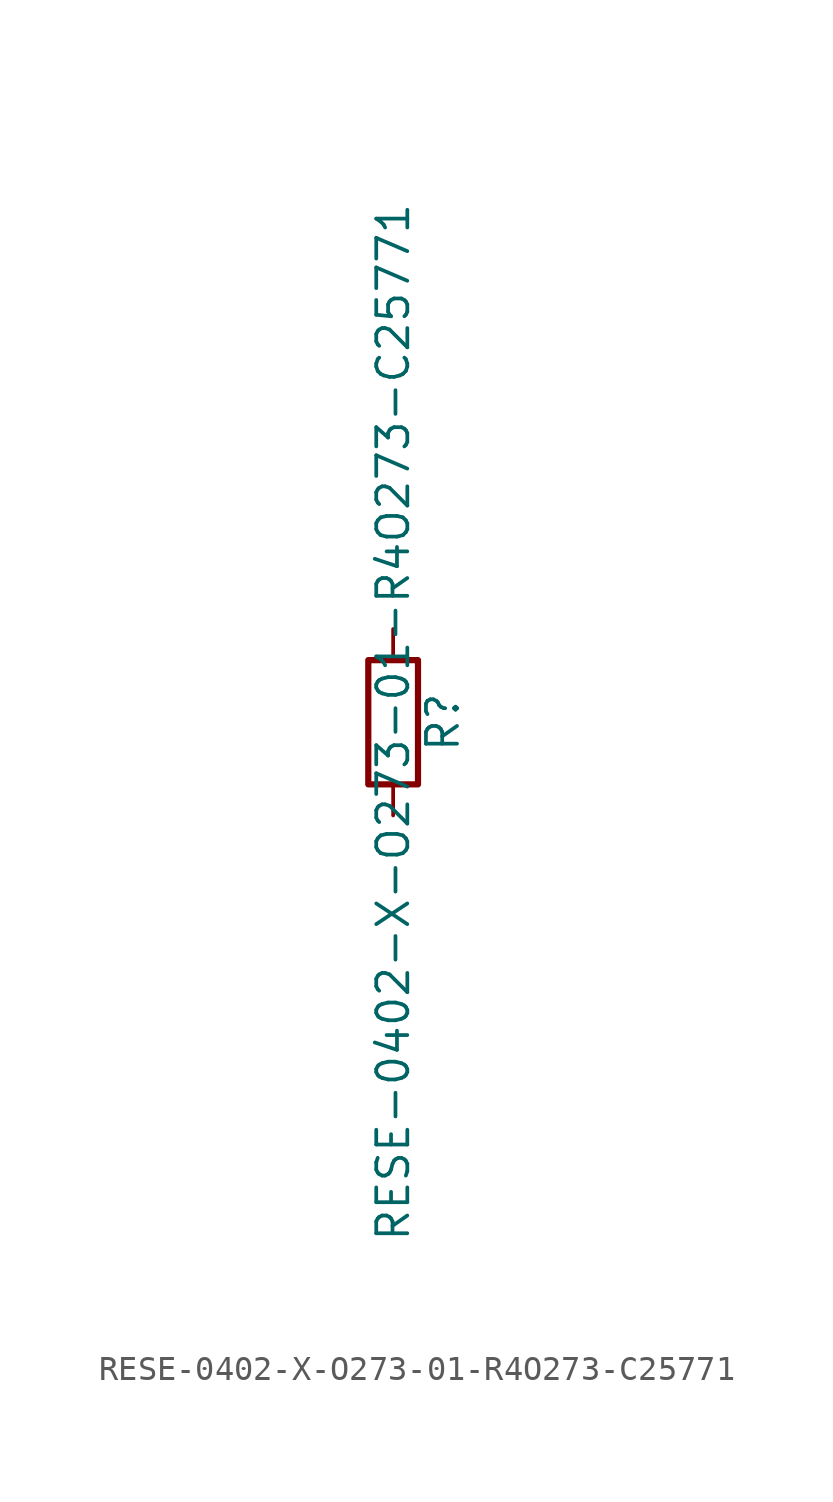
<source format=kicad_sym>
(kicad_symbol_lib
  (version 20211014)
  (generator kicad_symbol_editor)
  (symbol "RESE-0402-X-O273-01-R4O273-C25771"
    (pin_numbers hide)
    (pin_names
      (offset 0))
    (property "Reference" "R"
      (at 2.032 0 90)
      (effects (font (size 1.27 1.27))))
    (property "Value" "RESE-0402-X-O273-01-R4O273-C25771"
      (at 0 0 90)
      (effects (font (size 1.27 1.27))))
    (symbol "RESE-0402-X-O273-01-R4O273-C25771_0_1"
      (rectangle (start -1.016 -2.54) (end 1.016 2.54) (stroke (width 0.254) (type default) (color 0 0 0 0)) (fill (type none))))
    (symbol "RESE-0402-X-O273-01-R4O273-C25771_1_1"
      (pin passive line (at 0 3.81 270) (length 1.27) (name "~" (effects (font (size 1.27 1.27)))) (number "1" (effects (font (size 1.27 1.27)))))
      (pin passive line (at 0 -3.81 90) (length 1.27) (name "~" (effects (font (size 1.27 1.27)))) (number "2" (effects (font (size 1.27 1.27))))))))
</source>
